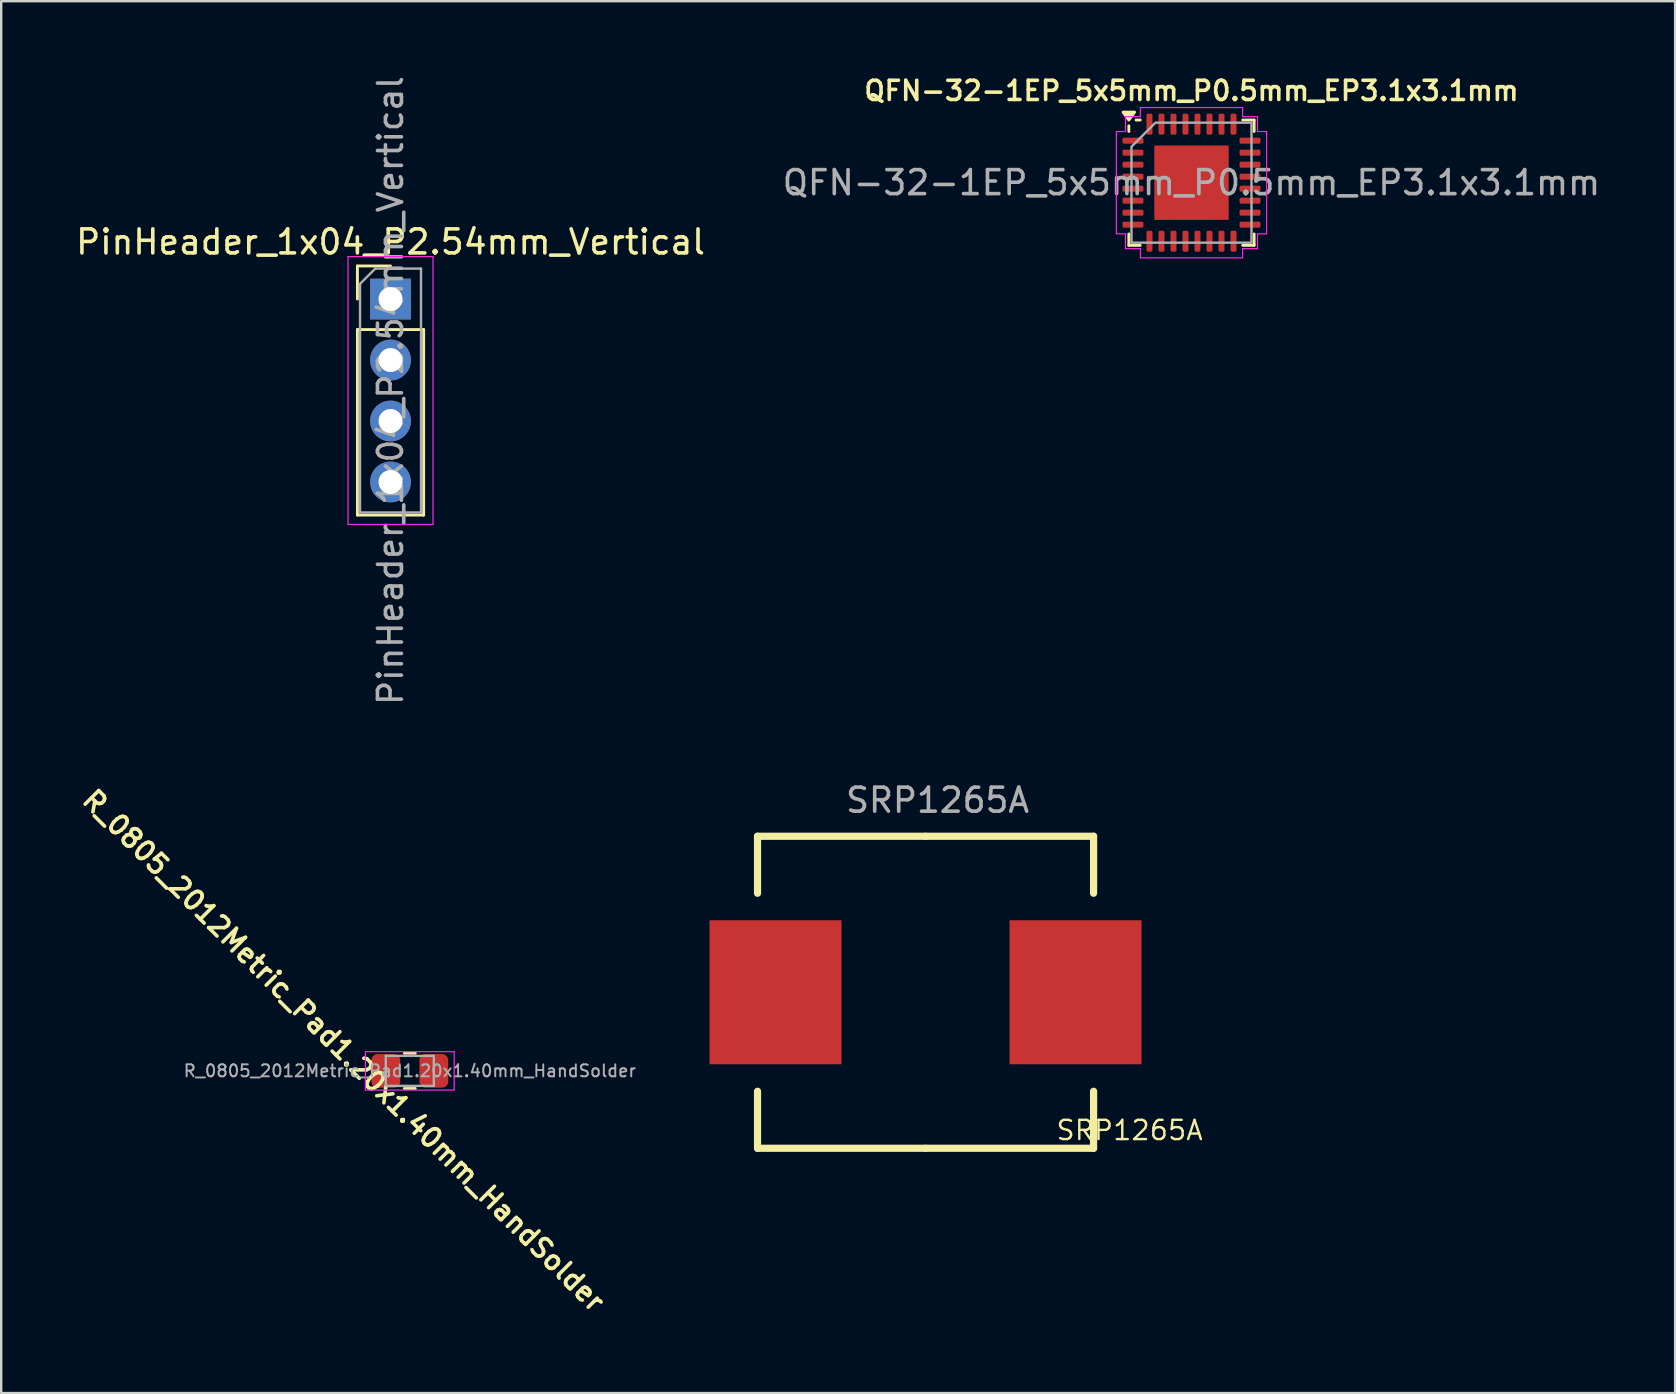
<source format=kicad_pcb>
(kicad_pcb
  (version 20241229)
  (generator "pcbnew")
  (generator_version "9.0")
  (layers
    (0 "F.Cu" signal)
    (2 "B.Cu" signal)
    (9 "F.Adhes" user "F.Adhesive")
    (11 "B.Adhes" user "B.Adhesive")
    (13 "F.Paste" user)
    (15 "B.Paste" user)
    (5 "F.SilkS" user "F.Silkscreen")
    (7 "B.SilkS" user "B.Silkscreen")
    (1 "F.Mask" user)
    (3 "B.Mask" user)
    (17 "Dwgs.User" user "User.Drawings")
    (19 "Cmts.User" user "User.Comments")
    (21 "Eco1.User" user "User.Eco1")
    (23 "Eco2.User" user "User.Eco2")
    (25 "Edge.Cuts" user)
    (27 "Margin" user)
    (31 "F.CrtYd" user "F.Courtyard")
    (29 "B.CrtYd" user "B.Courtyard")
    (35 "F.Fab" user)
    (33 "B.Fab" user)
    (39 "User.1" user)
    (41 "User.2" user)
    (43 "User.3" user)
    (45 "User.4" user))
  (footprint "R_0805_2012Metric_Pad1.20x1.40mm_HandSolder"
    (layer "F.Cu")
    (at 14.023 41.564)
    (property "Reference" "R_0805_2012Metric_Pad1.20x1.40mm_HandSolder" (at -2.75 -0.85 135) (layer "F.SilkS") (effects (font (size 0.8 0.8) (thickness 0.15))))
    (attr smd)
    (fp_line (start -0.227 -0.735) (end 0.227 -0.735) (stroke (width 0.12) (type solid)) (layer "F.SilkS"))
    (fp_line (start -0.227 0.735) (end 0.227 0.735) (stroke (width 0.12) (type solid)) (layer "F.SilkS"))
    (fp_line (start -1.85 -0.8) (end 1.85 -0.8) (stroke (width 0.05) (type solid)) (layer "F.CrtYd"))
    (fp_line (start -1.85 0.8) (end -1.85 -0.8) (stroke (width 0.05) (type solid)) (layer "F.CrtYd"))
    (fp_line (start 1.85 -0.8) (end 1.85 0.8) (stroke (width 0.05) (type solid)) (layer "F.CrtYd"))
    (fp_line (start 1.85 0.8) (end -1.85 0.8) (stroke (width 0.05) (type solid)) (layer "F.CrtYd"))
    (fp_line (start -1 -0.625) (end 1 -0.625) (stroke (width 0.1) (type solid)) (layer "F.Fab"))
    (fp_line (start -1 0.625) (end -1 -0.625) (stroke (width 0.1) (type solid)) (layer "F.Fab"))
    (fp_line (start 1 -0.625) (end 1 0.625) (stroke (width 0.1) (type solid)) (layer "F.Fab"))
    (fp_line (start 1 0.625) (end -1 0.625) (stroke (width 0.1) (type solid)) (layer "F.Fab"))
    (fp_text user "${REFERENCE}" (at 0 0 180) (layer "F.Fab") (effects (font (size 0.5 0.5) (thickness 0.08))))
    (pad "1" smd roundrect (at -1 0) (size 1.2 1.4) (layers "F.Cu" "F.Mask" "F.Paste") (roundrect_rratio 0.208))
    (pad "2" smd roundrect (at 1 0) (size 1.2 1.4) (layers "F.Cu" "F.Mask" "F.Paste") (roundrect_rratio 0.208)))
  (footprint "QFN-32-1EP_5x5mm_P0.5mm_EP3.1x3.1mm"
    (layer "F.Cu")
    (at 46.589 4.561)
    (property "Reference" "QFN-32-1EP_5x5mm_P0.5mm_EP3.1x3.1mm" (at 0 -3.83 0) (layer "F.SilkS") (effects (font (size 0.8 0.8) (thickness 0.15))))
    (attr smd)
    (fp_line (start -2.61 -2.135) (end -2.61 -2.37) (stroke (width 0.12) (type solid)) (layer "F.SilkS"))
    (fp_line (start -2.61 2.61) (end -2.61 2.135) (stroke (width 0.12) (type solid)) (layer "F.SilkS"))
    (fp_line (start -2.135 -2.61) (end -2.31 -2.61) (stroke (width 0.12) (type solid)) (layer "F.SilkS"))
    (fp_line (start -2.135 2.61) (end -2.61 2.61) (stroke (width 0.12) (type solid)) (layer "F.SilkS"))
    (fp_line (start 2.135 -2.61) (end 2.61 -2.61) (stroke (width 0.12) (type solid)) (layer "F.SilkS"))
    (fp_line (start 2.135 2.61) (end 2.61 2.61) (stroke (width 0.12) (type solid)) (layer "F.SilkS"))
    (fp_line (start 2.61 -2.61) (end 2.61 -2.135) (stroke (width 0.12) (type solid)) (layer "F.SilkS"))
    (fp_line (start 2.61 2.61) (end 2.61 2.135) (stroke (width 0.12) (type solid)) (layer "F.SilkS"))
    (fp_poly (pts (xy -2.61 -2.61) (xy -2.85 -2.94) (xy -2.37 -2.94)) (stroke (width 0.12) (type solid)) (fill yes) (layer "F.SilkS"))
    (fp_line (start -3.13 -2.13) (end -2.75 -2.13) (stroke (width 0.05) (type solid)) (layer "F.CrtYd"))
    (fp_line (start -3.13 2.13) (end -3.13 -2.13) (stroke (width 0.05) (type solid)) (layer "F.CrtYd"))
    (fp_line (start -2.75 -2.75) (end -2.13 -2.75) (stroke (width 0.05) (type solid)) (layer "F.CrtYd"))
    (fp_line (start -2.75 -2.13) (end -2.75 -2.75) (stroke (width 0.05) (type solid)) (layer "F.CrtYd"))
    (fp_line (start -2.75 2.13) (end -3.13 2.13) (stroke (width 0.05) (type solid)) (layer "F.CrtYd"))
    (fp_line (start -2.75 2.75) (end -2.75 2.13) (stroke (width 0.05) (type solid)) (layer "F.CrtYd"))
    (fp_line (start -2.13 -3.13) (end 2.13 -3.13) (stroke (width 0.05) (type solid)) (layer "F.CrtYd"))
    (fp_line (start -2.13 -2.75) (end -2.13 -3.13) (stroke (width 0.05) (type solid)) (layer "F.CrtYd"))
    (fp_line (start -2.13 2.75) (end -2.75 2.75) (stroke (width 0.05) (type solid)) (layer "F.CrtYd"))
    (fp_line (start -2.13 3.13) (end -2.13 2.75) (stroke (width 0.05) (type solid)) (layer "F.CrtYd"))
    (fp_line (start 2.13 -3.13) (end 2.13 -2.75) (stroke (width 0.05) (type solid)) (layer "F.CrtYd"))
    (fp_line (start 2.13 -2.75) (end 2.75 -2.75) (stroke (width 0.05) (type solid)) (layer "F.CrtYd"))
    (fp_line (start 2.13 2.75) (end 2.13 3.13) (stroke (width 0.05) (type solid)) (layer "F.CrtYd"))
    (fp_line (start 2.13 3.13) (end -2.13 3.13) (stroke (width 0.05) (type solid)) (layer "F.CrtYd"))
    (fp_line (start 2.75 -2.75) (end 2.75 -2.13) (stroke (width 0.05) (type solid)) (layer "F.CrtYd"))
    (fp_line (start 2.75 -2.13) (end 3.13 -2.13) (stroke (width 0.05) (type solid)) (layer "F.CrtYd"))
    (fp_line (start 2.75 2.13) (end 2.75 2.75) (stroke (width 0.05) (type solid)) (layer "F.CrtYd"))
    (fp_line (start 2.75 2.75) (end 2.13 2.75) (stroke (width 0.05) (type solid)) (layer "F.CrtYd"))
    (fp_line (start 3.13 -2.13) (end 3.13 2.13) (stroke (width 0.05) (type solid)) (layer "F.CrtYd"))
    (fp_line (start 3.13 2.13) (end 2.75 2.13) (stroke (width 0.05) (type solid)) (layer "F.CrtYd"))
    (fp_poly (pts (xy -2.5 -1.5) (xy -2.5 2.5) (xy 2.5 2.5) (xy 2.5 -2.5) (xy -1.5 -2.5)) (stroke (width 0.1) (type solid)) (fill no) (layer "F.Fab"))
    (fp_text user "${REFERENCE}" (at 0 0 0) (layer "F.Fab") (effects (font (size 1 1) (thickness 0.15))))
    (pad "" smd roundrect (at -1.03 -1.03) (size 0.83 0.83) (layers "F.Paste") (roundrect_rratio 0.25))
    (pad "" smd roundrect (at -1.03 0) (size 0.83 0.83) (layers "F.Paste") (roundrect_rratio 0.25))
    (pad "" smd roundrect (at -1.03 1.03) (size 0.83 0.83) (layers "F.Paste") (roundrect_rratio 0.25))
    (pad "" smd roundrect (at 0 -1.03) (size 0.83 0.83) (layers "F.Paste") (roundrect_rratio 0.25))
    (pad "" smd roundrect (at 0 0) (size 0.83 0.83) (layers "F.Paste") (roundrect_rratio 0.25))
    (pad "" smd roundrect (at 0 1.03) (size 0.83 0.83) (layers "F.Paste") (roundrect_rratio 0.25))
    (pad "" smd roundrect (at 1.03 -1.03) (size 0.83 0.83) (layers "F.Paste") (roundrect_rratio 0.25))
    (pad "" smd roundrect (at 1.03 0) (size 0.83 0.83) (layers "F.Paste") (roundrect_rratio 0.25))
    (pad "" smd roundrect (at 1.03 1.03) (size 0.83 0.83) (layers "F.Paste") (roundrect_rratio 0.25))
    (pad "1" smd roundrect (at -2.438 -1.75) (size 0.875 0.25) (layers "F.Cu" "F.Mask" "F.Paste") (roundrect_rratio 0.25))
    (pad "2" smd roundrect (at -2.438 -1.25) (size 0.875 0.25) (layers "F.Cu" "F.Mask" "F.Paste") (roundrect_rratio 0.25))
    (pad "3" smd roundrect (at -2.438 -0.75) (size 0.875 0.25) (layers "F.Cu" "F.Mask" "F.Paste") (roundrect_rratio 0.25))
    (pad "4" smd roundrect (at -2.438 -0.25) (size 0.875 0.25) (layers "F.Cu" "F.Mask" "F.Paste") (roundrect_rratio 0.25))
    (pad "5" smd roundrect (at -2.438 0.25) (size 0.875 0.25) (layers "F.Cu" "F.Mask" "F.Paste") (roundrect_rratio 0.25))
    (pad "6" smd roundrect (at -2.438 0.75) (size 0.875 0.25) (layers "F.Cu" "F.Mask" "F.Paste") (roundrect_rratio 0.25))
    (pad "7" smd roundrect (at -2.438 1.25) (size 0.875 0.25) (layers "F.Cu" "F.Mask" "F.Paste") (roundrect_rratio 0.25))
    (pad "8" smd roundrect (at -2.438 1.75) (size 0.875 0.25) (layers "F.Cu" "F.Mask" "F.Paste") (roundrect_rratio 0.25))
    (pad "9" smd roundrect (at -1.75 2.438) (size 0.25 0.875) (layers "F.Cu" "F.Mask" "F.Paste") (roundrect_rratio 0.25))
    (pad "10" smd roundrect (at -1.25 2.438) (size 0.25 0.875) (layers "F.Cu" "F.Mask" "F.Paste") (roundrect_rratio 0.25))
    (pad "11" smd roundrect (at -0.75 2.438) (size 0.25 0.875) (layers "F.Cu" "F.Mask" "F.Paste") (roundrect_rratio 0.25))
    (pad "12" smd roundrect (at -0.25 2.438) (size 0.25 0.875) (layers "F.Cu" "F.Mask" "F.Paste") (roundrect_rratio 0.25))
    (pad "13" smd roundrect (at 0.25 2.438) (size 0.25 0.875) (layers "F.Cu" "F.Mask" "F.Paste") (roundrect_rratio 0.25))
    (pad "14" smd roundrect (at 0.75 2.438) (size 0.25 0.875) (layers "F.Cu" "F.Mask" "F.Paste") (roundrect_rratio 0.25))
    (pad "15" smd roundrect (at 1.25 2.438) (size 0.25 0.875) (layers "F.Cu" "F.Mask" "F.Paste") (roundrect_rratio 0.25))
    (pad "16" smd roundrect (at 1.75 2.438) (size 0.25 0.875) (layers "F.Cu" "F.Mask" "F.Paste") (roundrect_rratio 0.25))
    (pad "17" smd roundrect (at 2.438 1.75) (size 0.875 0.25) (layers "F.Cu" "F.Mask" "F.Paste") (roundrect_rratio 0.25))
    (pad "18" smd roundrect (at 2.438 1.25) (size 0.875 0.25) (layers "F.Cu" "F.Mask" "F.Paste") (roundrect_rratio 0.25))
    (pad "19" smd roundrect (at 2.438 0.75) (size 0.875 0.25) (layers "F.Cu" "F.Mask" "F.Paste") (roundrect_rratio 0.25))
    (pad "20" smd roundrect (at 2.438 0.25) (size 0.875 0.25) (layers "F.Cu" "F.Mask" "F.Paste") (roundrect_rratio 0.25))
    (pad "21" smd roundrect (at 2.438 -0.25) (size 0.875 0.25) (layers "F.Cu" "F.Mask" "F.Paste") (roundrect_rratio 0.25))
    (pad "22" smd roundrect (at 2.438 -0.75) (size 0.875 0.25) (layers "F.Cu" "F.Mask" "F.Paste") (roundrect_rratio 0.25))
    (pad "23" smd roundrect (at 2.438 -1.25) (size 0.875 0.25) (layers "F.Cu" "F.Mask" "F.Paste") (roundrect_rratio 0.25))
    (pad "24" smd roundrect (at 2.438 -1.75) (size 0.875 0.25) (layers "F.Cu" "F.Mask" "F.Paste") (roundrect_rratio 0.25))
    (pad "25" smd roundrect (at 1.75 -2.438) (size 0.25 0.875) (layers "F.Cu" "F.Mask" "F.Paste") (roundrect_rratio 0.25))
    (pad "26" smd roundrect (at 1.25 -2.438) (size 0.25 0.875) (layers "F.Cu" "F.Mask" "F.Paste") (roundrect_rratio 0.25))
    (pad "27" smd roundrect (at 0.75 -2.438) (size 0.25 0.875) (layers "F.Cu" "F.Mask" "F.Paste") (roundrect_rratio 0.25))
    (pad "28" smd roundrect (at 0.25 -2.438) (size 0.25 0.875) (layers "F.Cu" "F.Mask" "F.Paste") (roundrect_rratio 0.25))
    (pad "29" smd roundrect (at -0.25 -2.438) (size 0.25 0.875) (layers "F.Cu" "F.Mask" "F.Paste") (roundrect_rratio 0.25))
    (pad "30" smd roundrect (at -0.75 -2.438) (size 0.25 0.875) (layers "F.Cu" "F.Mask" "F.Paste") (roundrect_rratio 0.25))
    (pad "31" smd roundrect (at -1.25 -2.438) (size 0.25 0.875) (layers "F.Cu" "F.Mask" "F.Paste") (roundrect_rratio 0.25))
    (pad "32" smd roundrect (at -1.75 -2.438) (size 0.25 0.875) (layers "F.Cu" "F.Mask" "F.Paste") (roundrect_rratio 0.25))
    (pad "33" smd rect (at 0 0) (size 3.1 3.1) (property pad_prop_heatsink) (layers "F.Cu" "F.Mask")))
  (footprint "SRP1265A"
    (layer "F.Cu")
    (at 35.51 38.289)
    (property "Reference" "SRP1265A" (at 8.5 5.75 0) (unlocked yes) (layer "F.SilkS") (effects (font (size 0.8 0.8) (thickness 0.1))))
    (attr smd)
    (fp_line (start -7 -6.5) (end -7 -4.125) (stroke (width 0.3) (type solid)) (layer "F.SilkS"))
    (fp_line (start -7 6.5) (end -7 4.125) (stroke (width 0.3) (type solid)) (layer "F.SilkS"))
    (fp_line (start 0 -6.5) (end -7 -6.5) (stroke (width 0.3) (type solid)) (layer "F.SilkS"))
    (fp_line (start 0 -6.5) (end 7 -6.5) (stroke (width 0.3) (type solid)) (layer "F.SilkS"))
    (fp_line (start 0 6.5) (end -7 6.5) (stroke (width 0.3) (type solid)) (layer "F.SilkS"))
    (fp_line (start 0 6.5) (end 7 6.5) (stroke (width 0.3) (type solid)) (layer "F.SilkS"))
    (fp_line (start 7 -6.5) (end 7 -4.125) (stroke (width 0.3) (type solid)) (layer "F.SilkS"))
    (fp_line (start 7 6.5) (end 7 4.125) (stroke (width 0.3) (type solid)) (layer "F.SilkS"))
    (fp_text user "${REFERENCE}" (at 0.5 -8 0) (unlocked yes) (layer "F.Fab") (effects (font (size 1 1) (thickness 0.15))))
    (pad "1" smd rect (at -6.25 0) (size 5.5 6) (layers "F.Cu" "F.Mask" "F.Paste"))
    (pad "2" smd rect (at 6.25 0) (size 5.5 6) (layers "F.Cu" "F.Mask" "F.Paste")))
  (footprint "PinHeader_1x04_P2.54mm_Vertical"
    (layer "F.Cu")
    (at 13.22 9.41)
    (property "Reference" "PinHeader_1x04_P2.54mm_Vertical" (at 0 -2.38 0) (layer "F.SilkS") (effects (font (size 1 1) (thickness 0.15))))
    (attr through_hole exclude_from_bom dnp)
    (fp_line (start -1.38 -1.38) (end 0 -1.38) (stroke (width 0.12) (type solid)) (layer "F.SilkS"))
    (fp_line (start -1.38 0) (end -1.38 -1.38) (stroke (width 0.12) (type solid)) (layer "F.SilkS"))
    (fp_line (start -1.38 1.27) (end -1.38 9) (stroke (width 0.12) (type solid)) (layer "F.SilkS"))
    (fp_line (start -1.38 1.27) (end 1.38 1.27) (stroke (width 0.12) (type solid)) (layer "F.SilkS"))
    (fp_line (start -1.38 9) (end 1.38 9) (stroke (width 0.12) (type solid)) (layer "F.SilkS"))
    (fp_line (start 1.38 1.27) (end 1.38 9) (stroke (width 0.12) (type solid)) (layer "F.SilkS"))
    (fp_line (start -1.77 -1.77) (end -1.77 9.39) (stroke (width 0.05) (type solid)) (layer "F.CrtYd"))
    (fp_line (start -1.77 9.39) (end 1.77 9.39) (stroke (width 0.05) (type solid)) (layer "F.CrtYd"))
    (fp_line (start 1.77 -1.77) (end -1.77 -1.77) (stroke (width 0.05) (type solid)) (layer "F.CrtYd"))
    (fp_line (start 1.77 9.39) (end 1.77 -1.77) (stroke (width 0.05) (type solid)) (layer "F.CrtYd"))
    (fp_line (start -1.27 -0.635) (end -0.635 -1.27) (stroke (width 0.1) (type solid)) (layer "F.Fab"))
    (fp_line (start -1.27 8.89) (end -1.27 -0.635) (stroke (width 0.1) (type solid)) (layer "F.Fab"))
    (fp_line (start -0.635 -1.27) (end 1.27 -1.27) (stroke (width 0.1) (type solid)) (layer "F.Fab"))
    (fp_line (start 1.27 -1.27) (end 1.27 8.89) (stroke (width 0.1) (type solid)) (layer "F.Fab"))
    (fp_line (start 1.27 8.89) (end -1.27 8.89) (stroke (width 0.1) (type solid)) (layer "F.Fab"))
    (fp_text user "${REFERENCE}" (at 0 3.81 90) (layer "F.Fab") (effects (font (size 1 1) (thickness 0.15))))
    (pad "1" thru_hole rect (at 0 0) (size 1.7 1.7) (drill 1) (layers "*.Cu" "*.Mask"))
    (pad "2" thru_hole circle (at 0 2.54) (size 1.7 1.7) (drill 1) (layers "*.Cu" "*.Mask"))
    (pad "3" thru_hole circle (at 0 5.08) (size 1.7 1.7) (drill 1) (layers "*.Cu" "*.Mask"))
    (pad "4" thru_hole circle (at 0 7.62) (size 1.7 1.7) (drill 1) (layers "*.Cu" "*.Mask")))
  (gr_rect
    (start -3 -3)
    (end 66.738 54.987)
    (stroke (width 0.1) (type default))
    (fill no)
    (layer "Edge.Cuts")))
</source>
